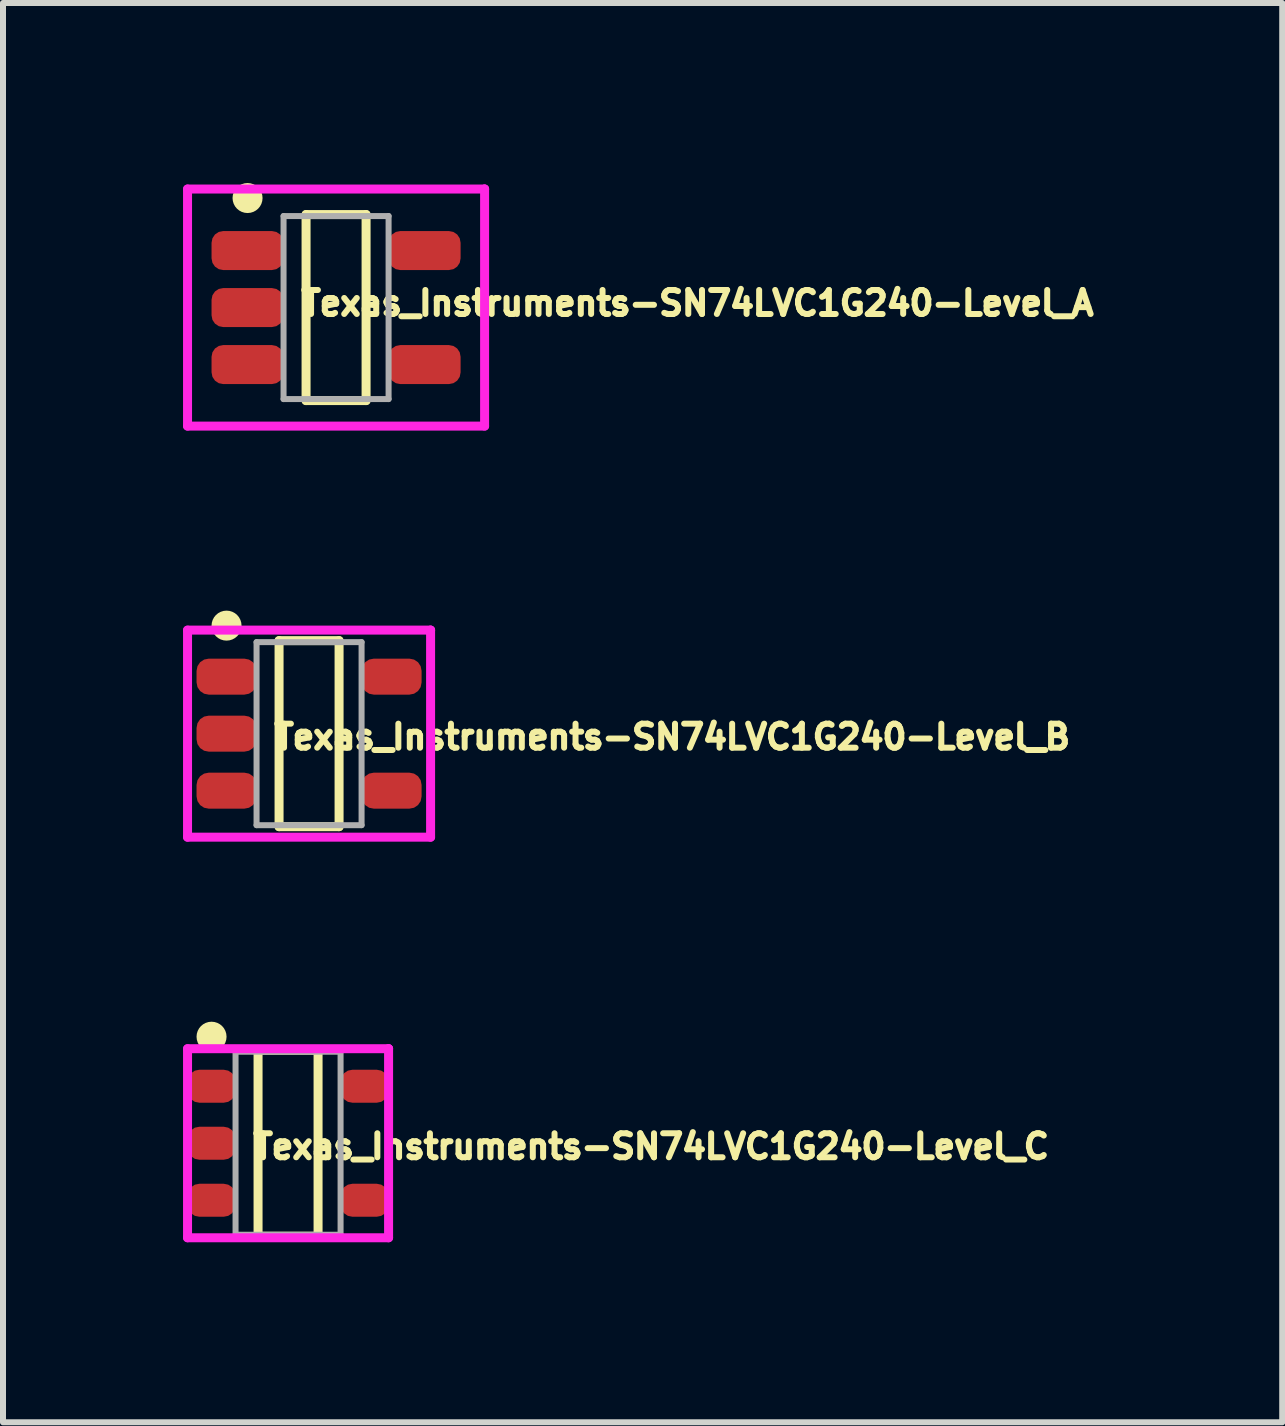
<source format=kicad_pcb>
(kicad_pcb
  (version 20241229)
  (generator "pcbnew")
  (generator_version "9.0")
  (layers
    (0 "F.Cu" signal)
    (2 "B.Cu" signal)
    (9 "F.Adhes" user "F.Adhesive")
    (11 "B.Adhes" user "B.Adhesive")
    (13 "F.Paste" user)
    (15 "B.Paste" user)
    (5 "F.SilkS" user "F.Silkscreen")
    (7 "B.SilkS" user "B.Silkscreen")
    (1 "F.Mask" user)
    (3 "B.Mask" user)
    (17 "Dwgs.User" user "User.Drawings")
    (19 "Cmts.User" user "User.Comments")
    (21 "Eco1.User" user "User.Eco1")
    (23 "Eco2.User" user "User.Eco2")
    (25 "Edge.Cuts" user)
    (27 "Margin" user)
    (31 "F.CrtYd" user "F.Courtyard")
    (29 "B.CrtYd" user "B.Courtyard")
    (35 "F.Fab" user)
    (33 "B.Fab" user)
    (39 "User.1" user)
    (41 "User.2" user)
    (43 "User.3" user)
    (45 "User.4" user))
  (footprint "Texas_Instruments-SN74LVC1G240-Level_B"
    (layer "F.Cu")
    (at 2.1 9.175)
    (property "Reference" "Texas_Instruments-SN74LVC1G240-Level_B" (at -0.635 0.054 0) (layer "F.SilkS") (effects (font (size 0.4 0.4) (thickness 0.15)) (justify left)))
    (attr through_hole)
    (fp_line (start -0.5 -1.55) (end 0.5 -1.55) (stroke (width 0.15) (type solid)) (layer "F.SilkS"))
    (fp_line (start -0.5 1.55) (end -0.5 -1.55) (stroke (width 0.15) (type solid)) (layer "F.SilkS"))
    (fp_line (start -0.5 1.55) (end 0.5 1.55) (stroke (width 0.15) (type solid)) (layer "F.SilkS"))
    (fp_line (start 0.5 1.55) (end 0.5 -1.55) (stroke (width 0.15) (type solid)) (layer "F.SilkS"))
    (fp_circle (center -1.375 -1.8) (end -1.25 -1.8) (stroke (width 0.25) (type solid)) (fill no) (layer "F.SilkS"))
    (fp_line (start -2.025 -1.725) (end -2.025 1.725) (stroke (width 0.15) (type solid)) (layer "F.CrtYd"))
    (fp_line (start -2.025 1.725) (end 2.025 1.725) (stroke (width 0.15) (type solid)) (layer "F.CrtYd"))
    (fp_line (start 2.025 -1.725) (end -2.025 -1.725) (stroke (width 0.15) (type solid)) (layer "F.CrtYd"))
    (fp_line (start 2.025 -1.725) (end 2.025 -1.725) (stroke (width 0.15) (type solid)) (layer "F.CrtYd"))
    (fp_line (start 2.025 1.725) (end 2.025 -1.725) (stroke (width 0.15) (type solid)) (layer "F.CrtYd"))
    (fp_line (start -0.875 -1.525) (end 0.875 -1.525) (stroke (width 0.1) (type solid)) (layer "F.Fab"))
    (fp_line (start -0.875 1.525) (end -0.875 -1.525) (stroke (width 0.1) (type solid)) (layer "F.Fab"))
    (fp_line (start -0.875 1.525) (end 0.875 1.525) (stroke (width 0.1) (type solid)) (layer "F.Fab"))
    (fp_line (start 0.875 1.525) (end 0.875 -1.525) (stroke (width 0.1) (type solid)) (layer "F.Fab"))
    (pad "1" smd roundrect (at -1.375 -0.95 270) (size 0.6 1) (layers "F.Cu" "F.Mask" "F.Paste") (roundrect_rratio 0.34))
    (pad "2" smd roundrect (at -1.375 -0.000001 270) (size 0.6 1) (layers "F.Cu" "F.Mask" "F.Paste") (roundrect_rratio 0.34))
    (pad "3" smd roundrect (at -1.375 0.95 270) (size 0.6 1) (layers "F.Cu" "F.Mask" "F.Paste") (roundrect_rratio 0.34))
    (pad "4" smd roundrect (at 1.375 0.95 270) (size 0.6 1) (layers "F.Cu" "F.Mask" "F.Paste") (roundrect_rratio 0.34))
    (pad "5" smd roundrect (at 1.375 -0.95 270) (size 0.6 1) (layers "F.Cu" "F.Mask" "F.Paste") (roundrect_rratio 0.34)))
  (footprint "Texas_Instruments-SN74LVC1G240-Level_C"
    (layer "F.Cu")
    (at 1.75 16)
    (property "Reference" "Texas_Instruments-SN74LVC1G240-Level_C" (at -0.635 0.054 0) (layer "F.SilkS") (effects (font (size 0.4 0.4) (thickness 0.15)) (justify left)))
    (attr through_hole)
    (fp_line (start -0.5 -1.55) (end 0.5 -1.55) (stroke (width 0.15) (type solid)) (layer "F.SilkS"))
    (fp_line (start -0.5 1.55) (end -0.5 -1.55) (stroke (width 0.15) (type solid)) (layer "F.SilkS"))
    (fp_line (start -0.5 1.55) (end 0.5 1.55) (stroke (width 0.15) (type solid)) (layer "F.SilkS"))
    (fp_line (start 0.5 1.55) (end 0.5 -1.55) (stroke (width 0.15) (type solid)) (layer "F.SilkS"))
    (fp_circle (center -1.275 -1.775) (end -1.15 -1.775) (stroke (width 0.25) (type solid)) (fill no) (layer "F.SilkS"))
    (fp_line (start -1.675 -1.575) (end -1.675 1.575) (stroke (width 0.15) (type solid)) (layer "F.CrtYd"))
    (fp_line (start -1.675 1.575) (end 1.675 1.575) (stroke (width 0.15) (type solid)) (layer "F.CrtYd"))
    (fp_line (start 1.675 -1.575) (end -1.675 -1.575) (stroke (width 0.15) (type solid)) (layer "F.CrtYd"))
    (fp_line (start 1.675 -1.575) (end 1.675 -1.575) (stroke (width 0.15) (type solid)) (layer "F.CrtYd"))
    (fp_line (start 1.675 1.575) (end 1.675 -1.575) (stroke (width 0.15) (type solid)) (layer "F.CrtYd"))
    (fp_line (start -0.875 -1.525) (end 0.875 -1.525) (stroke (width 0.1) (type solid)) (layer "F.Fab"))
    (fp_line (start -0.875 1.525) (end -0.875 -1.525) (stroke (width 0.1) (type solid)) (layer "F.Fab"))
    (fp_line (start -0.875 1.525) (end 0.875 1.525) (stroke (width 0.1) (type solid)) (layer "F.Fab"))
    (fp_line (start 0.875 1.525) (end 0.875 -1.525) (stroke (width 0.1) (type solid)) (layer "F.Fab"))
    (pad "1" smd roundrect (at -1.275 -0.95 270) (size 0.55 0.8) (layers "F.Cu" "F.Mask" "F.Paste") (roundrect_rratio 0.36))
    (pad "2" smd roundrect (at -1.275 -0.000001 270) (size 0.55 0.8) (layers "F.Cu" "F.Mask" "F.Paste") (roundrect_rratio 0.36))
    (pad "3" smd roundrect (at -1.275 0.95 270) (size 0.55 0.8) (layers "F.Cu" "F.Mask" "F.Paste") (roundrect_rratio 0.36))
    (pad "4" smd roundrect (at 1.275 0.95 270) (size 0.55 0.8) (layers "F.Cu" "F.Mask" "F.Paste") (roundrect_rratio 0.36))
    (pad "5" smd roundrect (at 1.275 -0.95 270) (size 0.55 0.8) (layers "F.Cu" "F.Mask" "F.Paste") (roundrect_rratio 0.36)))
  (footprint "Texas_Instruments-SN74LVC1G240-Level_A"
    (layer "F.Cu")
    (at 2.55 2.075)
    (property "Reference" "Texas_Instruments-SN74LVC1G240-Level_A" (at -0.635 -0.073 0) (layer "F.SilkS") (effects (font (size 0.4 0.4) (thickness 0.15)) (justify left)))
    (attr through_hole)
    (fp_line (start -0.5 -1.55) (end 0.5 -1.55) (stroke (width 0.15) (type solid)) (layer "F.SilkS"))
    (fp_line (start -0.5 1.55) (end -0.5 -1.55) (stroke (width 0.15) (type solid)) (layer "F.SilkS"))
    (fp_line (start -0.5 1.55) (end 0.5 1.55) (stroke (width 0.15) (type solid)) (layer "F.SilkS"))
    (fp_line (start 0.5 1.55) (end 0.5 -1.55) (stroke (width 0.15) (type solid)) (layer "F.SilkS"))
    (fp_circle (center -1.475 -1.825) (end -1.35 -1.825) (stroke (width 0.25) (type solid)) (fill no) (layer "F.SilkS"))
    (fp_line (start -2.475 -1.975) (end -2.475 1.975) (stroke (width 0.15) (type solid)) (layer "F.CrtYd"))
    (fp_line (start -2.475 1.975) (end 2.475 1.975) (stroke (width 0.15) (type solid)) (layer "F.CrtYd"))
    (fp_line (start 2.475 -1.975) (end -2.475 -1.975) (stroke (width 0.15) (type solid)) (layer "F.CrtYd"))
    (fp_line (start 2.475 -1.975) (end 2.475 -1.975) (stroke (width 0.15) (type solid)) (layer "F.CrtYd"))
    (fp_line (start 2.475 1.975) (end 2.475 -1.975) (stroke (width 0.15) (type solid)) (layer "F.CrtYd"))
    (fp_line (start -0.875 -1.525) (end 0.875 -1.525) (stroke (width 0.1) (type solid)) (layer "F.Fab"))
    (fp_line (start -0.875 1.525) (end -0.875 -1.525) (stroke (width 0.1) (type solid)) (layer "F.Fab"))
    (fp_line (start -0.875 1.525) (end 0.875 1.525) (stroke (width 0.1) (type solid)) (layer "F.Fab"))
    (fp_line (start 0.875 1.525) (end 0.875 -1.525) (stroke (width 0.1) (type solid)) (layer "F.Fab"))
    (pad "1" smd roundrect (at -1.475 -0.95 270) (size 0.65 1.2) (layers "F.Cu" "F.Mask" "F.Paste") (roundrect_rratio 0.3))
    (pad "2" smd roundrect (at -1.475 -0.000001 270) (size 0.65 1.2) (layers "F.Cu" "F.Mask" "F.Paste") (roundrect_rratio 0.3))
    (pad "3" smd roundrect (at -1.475 0.95 270) (size 0.65 1.2) (layers "F.Cu" "F.Mask" "F.Paste") (roundrect_rratio 0.3))
    (pad "4" smd roundrect (at 1.475 0.95 270) (size 0.65 1.2) (layers "F.Cu" "F.Mask" "F.Paste") (roundrect_rratio 0.3))
    (pad "5" smd roundrect (at 1.475 -0.95 270) (size 0.65 1.2) (layers "F.Cu" "F.Mask" "F.Paste") (roundrect_rratio 0.3)))
  (gr_rect
    (start -3 -3)
    (end 18.316 20.65)
    (stroke (width 0.1) (type default))
    (fill no)
    (layer "Edge.Cuts")))
</source>
